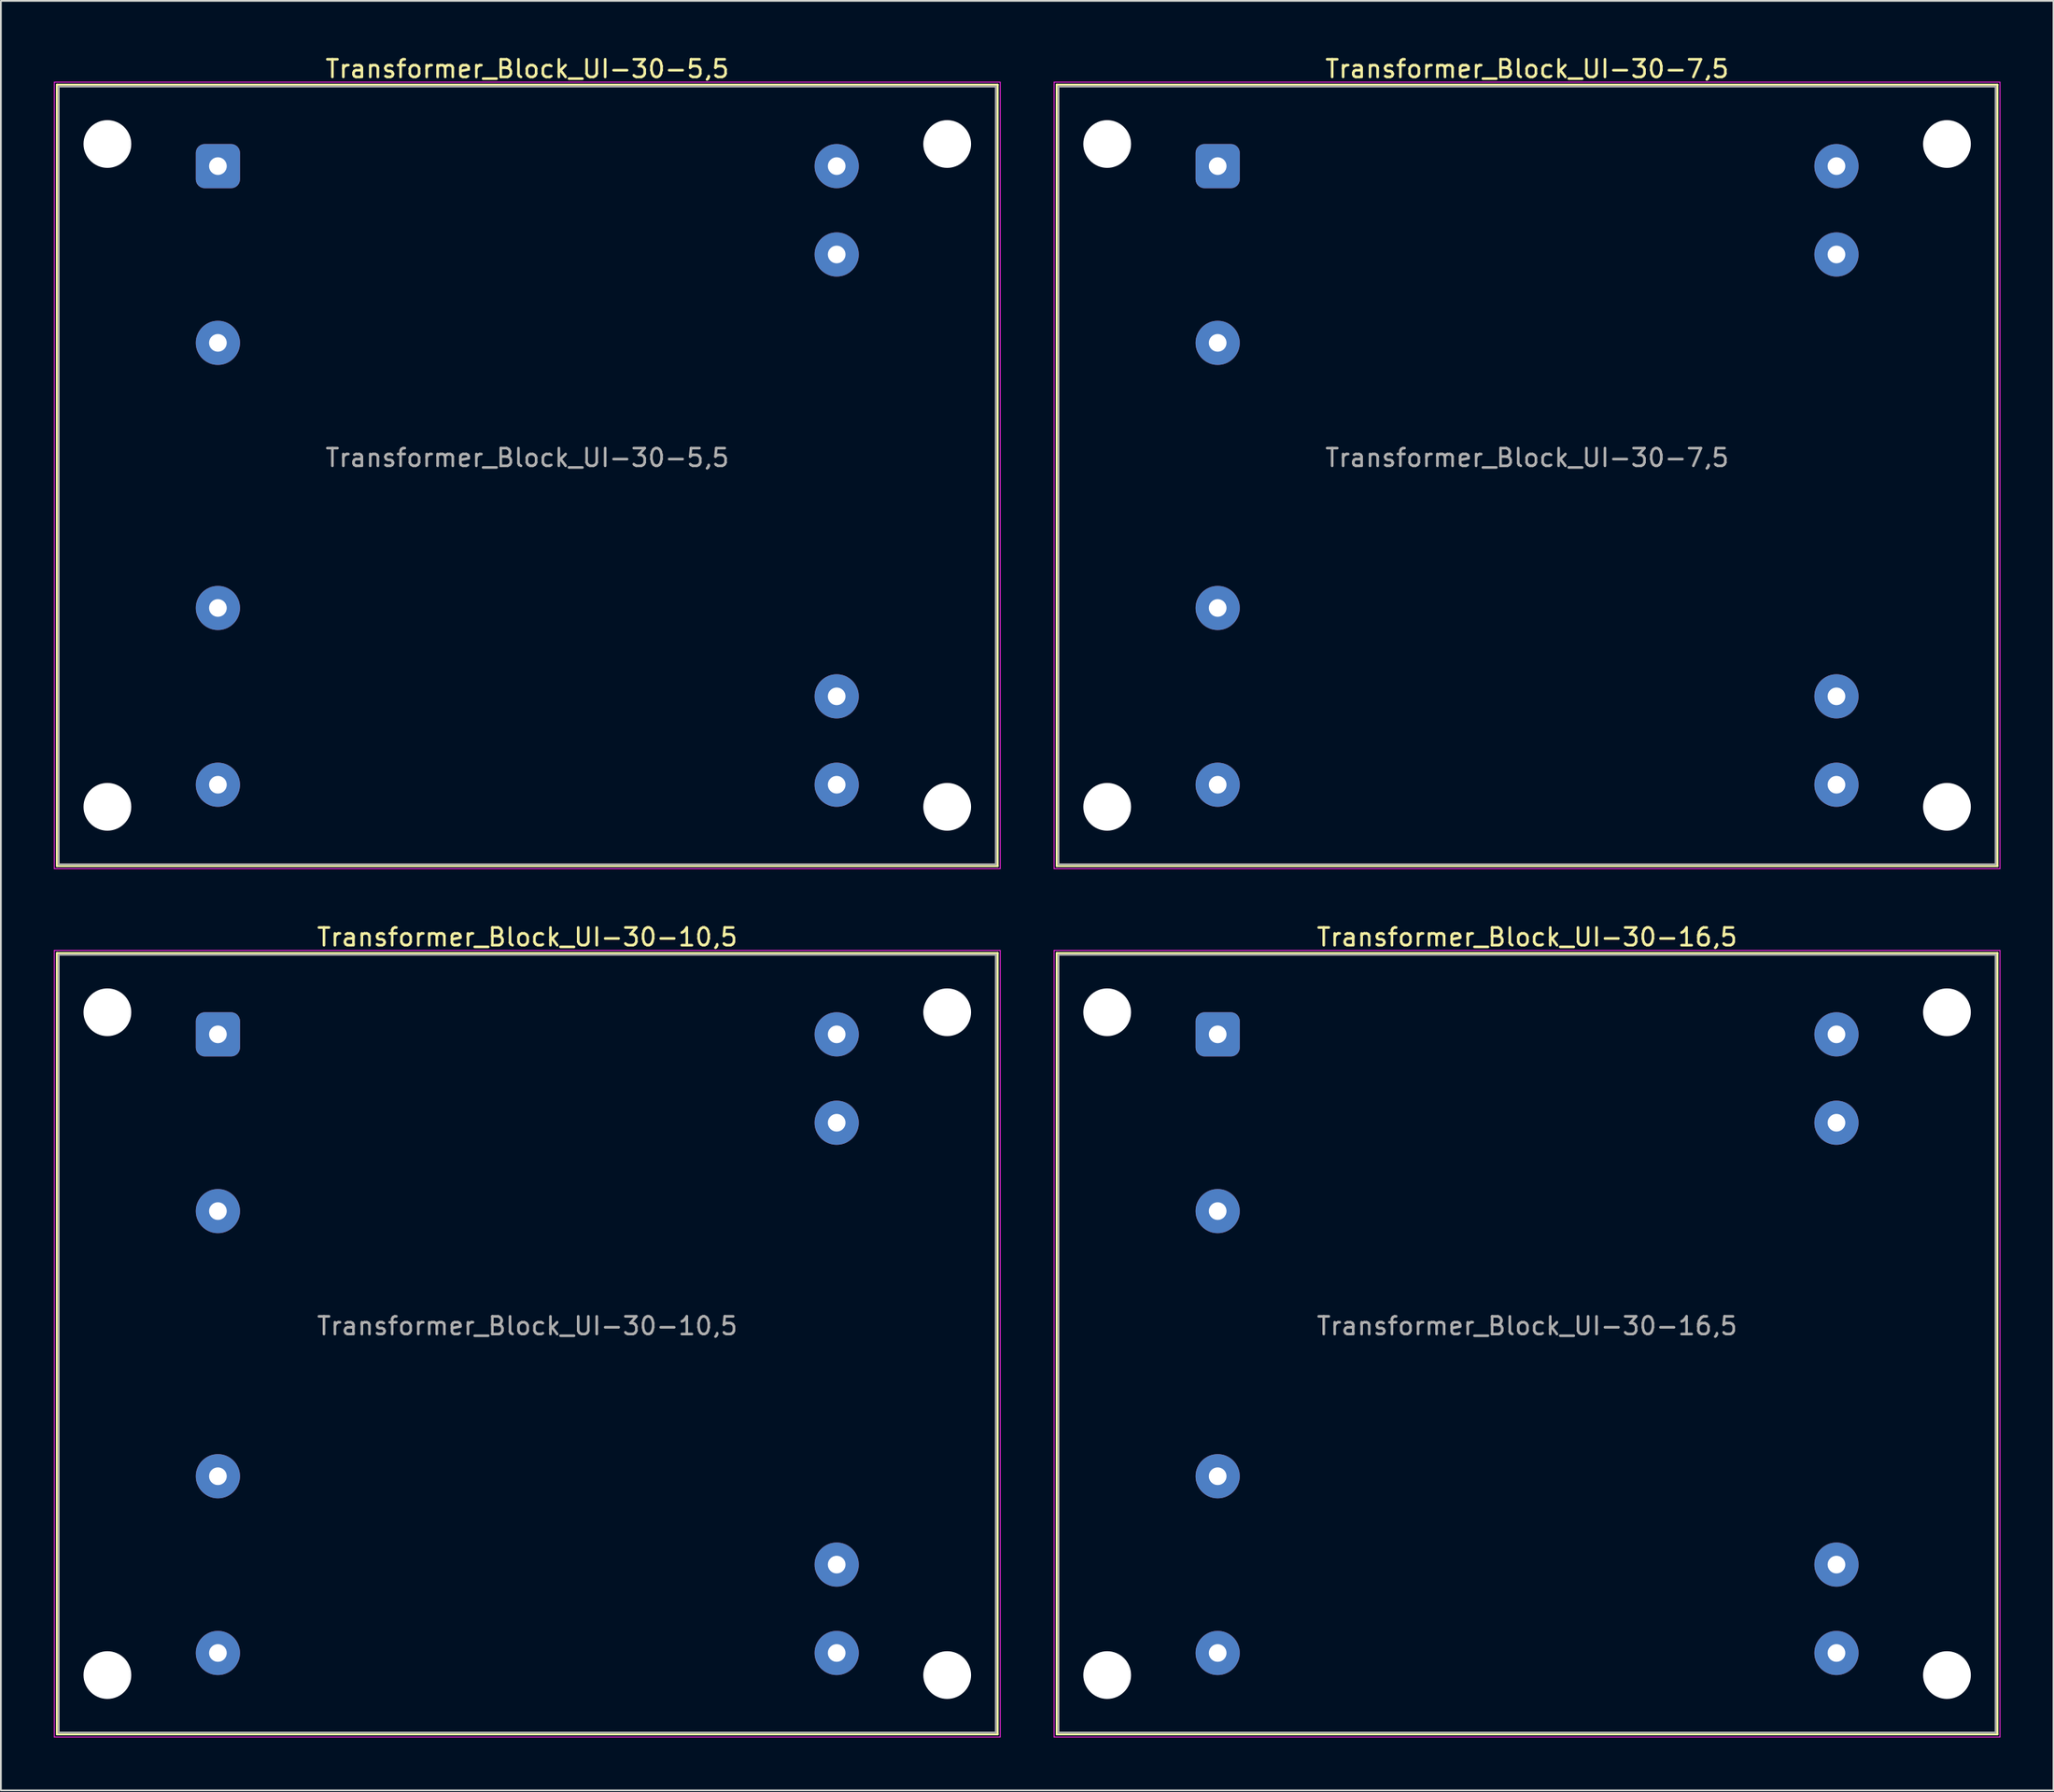
<source format=kicad_pcb>
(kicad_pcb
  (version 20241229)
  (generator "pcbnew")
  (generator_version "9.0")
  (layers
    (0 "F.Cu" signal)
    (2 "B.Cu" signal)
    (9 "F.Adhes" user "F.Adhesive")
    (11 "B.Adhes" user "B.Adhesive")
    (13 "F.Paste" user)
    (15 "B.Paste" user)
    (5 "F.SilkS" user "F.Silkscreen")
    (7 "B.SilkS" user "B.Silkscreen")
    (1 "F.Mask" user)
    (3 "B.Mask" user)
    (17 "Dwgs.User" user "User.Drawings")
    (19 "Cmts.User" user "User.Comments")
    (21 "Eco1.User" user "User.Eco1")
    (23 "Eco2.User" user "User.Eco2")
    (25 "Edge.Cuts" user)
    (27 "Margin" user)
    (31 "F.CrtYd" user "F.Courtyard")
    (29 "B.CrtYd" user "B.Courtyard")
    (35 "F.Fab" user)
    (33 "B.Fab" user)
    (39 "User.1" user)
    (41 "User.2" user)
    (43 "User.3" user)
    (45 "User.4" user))
  (footprint "Transformer_Block_UI-30-10,5"
    (layer "F.Cu")
    (at 9.275 55.471)
    (property "Reference" "Transformer_Block_UI-30-10,5" (at 17.5 -5.5 0) (layer "F.SilkS") (effects (font (size 1 1) (thickness 0.15))))
    (attr through_hole)
    (fp_line (start -9.1 -4.6) (end -9.1 39.6) (stroke (width 0.12) (type solid)) (layer "F.SilkS"))
    (fp_line (start -9.1 39.6) (end 44.1 39.6) (stroke (width 0.12) (type solid)) (layer "F.SilkS"))
    (fp_line (start 44.1 -4.6) (end -9.1 -4.6) (stroke (width 0.12) (type solid)) (layer "F.SilkS"))
    (fp_line (start 44.1 39.6) (end 44.1 -4.6) (stroke (width 0.12) (type solid)) (layer "F.SilkS"))
    (fp_line (start -9.25 -4.75) (end -9.25 39.75) (stroke (width 0.05) (type solid)) (layer "F.CrtYd"))
    (fp_line (start -9.25 39.75) (end 44.25 39.75) (stroke (width 0.05) (type solid)) (layer "F.CrtYd"))
    (fp_line (start 44.25 -4.75) (end -9.25 -4.75) (stroke (width 0.05) (type solid)) (layer "F.CrtYd"))
    (fp_line (start 44.25 39.75) (end 44.25 -4.75) (stroke (width 0.05) (type solid)) (layer "F.CrtYd"))
    (fp_line (start -9 -4.5) (end -9 39.5) (stroke (width 0.1) (type solid)) (layer "F.Fab"))
    (fp_line (start -9 39.5) (end 44 39.5) (stroke (width 0.1) (type solid)) (layer "F.Fab"))
    (fp_line (start 44 -4.5) (end -9 -4.5) (stroke (width 0.1) (type solid)) (layer "F.Fab"))
    (fp_line (start 44 39.5) (end 44 -4.5) (stroke (width 0.1) (type solid)) (layer "F.Fab"))
    (fp_text user "${REFERENCE}" (at 17.5 16.5 0) (layer "F.Fab") (effects (font (size 1 1) (thickness 0.15))))
    (pad "" np_thru_hole circle (at -6.25 -1.25) (size 2.7 2.7) (drill 2.7) (layers "*.Cu" "*.Mask"))
    (pad "" np_thru_hole circle (at -6.25 36.25) (size 2.7 2.7) (drill 2.7) (layers "*.Cu" "*.Mask"))
    (pad "" np_thru_hole circle (at 41.25 -1.25) (size 2.7 2.7) (drill 2.7) (layers "*.Cu" "*.Mask"))
    (pad "" np_thru_hole circle (at 41.25 36.25) (size 2.7 2.7) (drill 2.7) (layers "*.Cu" "*.Mask"))
    (pad "1" thru_hole roundrect (at 0 0) (size 2.5 2.5) (drill 1) (layers "*.Cu" "*.Mask") (roundrect_rratio 0.2))
    (pad "2" thru_hole circle (at 0 10) (size 2.5 2.5) (drill 1) (layers "*.Cu" "*.Mask"))
    (pad "3" thru_hole circle (at 0 25) (size 2.5 2.5) (drill 1) (layers "*.Cu" "*.Mask"))
    (pad "4" thru_hole circle (at 0 35) (size 2.5 2.5) (drill 1) (layers "*.Cu" "*.Mask"))
    (pad "5" thru_hole circle (at 35 35) (size 2.5 2.5) (drill 1) (layers "*.Cu" "*.Mask"))
    (pad "6" thru_hole circle (at 35 30) (size 2.5 2.5) (drill 1) (layers "*.Cu" "*.Mask"))
    (pad "7" thru_hole circle (at 35 5) (size 2.5 2.5) (drill 1) (layers "*.Cu" "*.Mask"))
    (pad "8" thru_hole circle (at 35 0) (size 2.5 2.5) (drill 1) (layers "*.Cu" "*.Mask")))
  (footprint "Transformer_Block_UI-30-16,5"
    (layer "F.Cu")
    (at 65.825 55.471)
    (property "Reference" "Transformer_Block_UI-30-16,5" (at 17.5 -5.5 0) (layer "F.SilkS") (effects (font (size 1 1) (thickness 0.15))))
    (attr through_hole)
    (fp_line (start -9.1 -4.6) (end -9.1 39.6) (stroke (width 0.12) (type solid)) (layer "F.SilkS"))
    (fp_line (start -9.1 39.6) (end 44.1 39.6) (stroke (width 0.12) (type solid)) (layer "F.SilkS"))
    (fp_line (start 44.1 -4.6) (end -9.1 -4.6) (stroke (width 0.12) (type solid)) (layer "F.SilkS"))
    (fp_line (start 44.1 39.6) (end 44.1 -4.6) (stroke (width 0.12) (type solid)) (layer "F.SilkS"))
    (fp_line (start -9.25 -4.75) (end -9.25 39.75) (stroke (width 0.05) (type solid)) (layer "F.CrtYd"))
    (fp_line (start -9.25 39.75) (end 44.25 39.75) (stroke (width 0.05) (type solid)) (layer "F.CrtYd"))
    (fp_line (start 44.25 -4.75) (end -9.25 -4.75) (stroke (width 0.05) (type solid)) (layer "F.CrtYd"))
    (fp_line (start 44.25 39.75) (end 44.25 -4.75) (stroke (width 0.05) (type solid)) (layer "F.CrtYd"))
    (fp_line (start -9 -4.5) (end -9 39.5) (stroke (width 0.1) (type solid)) (layer "F.Fab"))
    (fp_line (start -9 39.5) (end 44 39.5) (stroke (width 0.1) (type solid)) (layer "F.Fab"))
    (fp_line (start 44 -4.5) (end -9 -4.5) (stroke (width 0.1) (type solid)) (layer "F.Fab"))
    (fp_line (start 44 39.5) (end 44 -4.5) (stroke (width 0.1) (type solid)) (layer "F.Fab"))
    (fp_text user "${REFERENCE}" (at 17.5 16.5 0) (layer "F.Fab") (effects (font (size 1 1) (thickness 0.15))))
    (pad "" np_thru_hole circle (at -6.25 -1.25) (size 2.7 2.7) (drill 2.7) (layers "*.Cu" "*.Mask"))
    (pad "" np_thru_hole circle (at -6.25 36.25) (size 2.7 2.7) (drill 2.7) (layers "*.Cu" "*.Mask"))
    (pad "" np_thru_hole circle (at 41.25 -1.25) (size 2.7 2.7) (drill 2.7) (layers "*.Cu" "*.Mask"))
    (pad "" np_thru_hole circle (at 41.25 36.25) (size 2.7 2.7) (drill 2.7) (layers "*.Cu" "*.Mask"))
    (pad "1" thru_hole roundrect (at 0 0) (size 2.5 2.5) (drill 1) (layers "*.Cu" "*.Mask") (roundrect_rratio 0.2))
    (pad "2" thru_hole circle (at 0 10) (size 2.5 2.5) (drill 1) (layers "*.Cu" "*.Mask"))
    (pad "3" thru_hole circle (at 0 25) (size 2.5 2.5) (drill 1) (layers "*.Cu" "*.Mask"))
    (pad "4" thru_hole circle (at 0 35) (size 2.5 2.5) (drill 1) (layers "*.Cu" "*.Mask"))
    (pad "5" thru_hole circle (at 35 35) (size 2.5 2.5) (drill 1) (layers "*.Cu" "*.Mask"))
    (pad "6" thru_hole circle (at 35 30) (size 2.5 2.5) (drill 1) (layers "*.Cu" "*.Mask"))
    (pad "7" thru_hole circle (at 35 5) (size 2.5 2.5) (drill 1) (layers "*.Cu" "*.Mask"))
    (pad "8" thru_hole circle (at 35 0) (size 2.5 2.5) (drill 1) (layers "*.Cu" "*.Mask")))
  (footprint "Transformer_Block_UI-30-5,5"
    (layer "F.Cu")
    (at 9.275 6.348)
    (property "Reference" "Transformer_Block_UI-30-5,5" (at 17.5 -5.5 0) (layer "F.SilkS") (effects (font (size 1 1) (thickness 0.15))))
    (attr through_hole)
    (fp_line (start -9.1 -4.6) (end -9.1 39.6) (stroke (width 0.12) (type solid)) (layer "F.SilkS"))
    (fp_line (start -9.1 39.6) (end 44.1 39.6) (stroke (width 0.12) (type solid)) (layer "F.SilkS"))
    (fp_line (start 44.1 -4.6) (end -9.1 -4.6) (stroke (width 0.12) (type solid)) (layer "F.SilkS"))
    (fp_line (start 44.1 39.6) (end 44.1 -4.6) (stroke (width 0.12) (type solid)) (layer "F.SilkS"))
    (fp_line (start -9.25 -4.75) (end -9.25 39.75) (stroke (width 0.05) (type solid)) (layer "F.CrtYd"))
    (fp_line (start -9.25 39.75) (end 44.25 39.75) (stroke (width 0.05) (type solid)) (layer "F.CrtYd"))
    (fp_line (start 44.25 -4.75) (end -9.25 -4.75) (stroke (width 0.05) (type solid)) (layer "F.CrtYd"))
    (fp_line (start 44.25 39.75) (end 44.25 -4.75) (stroke (width 0.05) (type solid)) (layer "F.CrtYd"))
    (fp_line (start -9 -4.5) (end -9 39.5) (stroke (width 0.1) (type solid)) (layer "F.Fab"))
    (fp_line (start -9 39.5) (end 44 39.5) (stroke (width 0.1) (type solid)) (layer "F.Fab"))
    (fp_line (start 44 -4.5) (end -9 -4.5) (stroke (width 0.1) (type solid)) (layer "F.Fab"))
    (fp_line (start 44 39.5) (end 44 -4.5) (stroke (width 0.1) (type solid)) (layer "F.Fab"))
    (fp_text user "${REFERENCE}" (at 17.5 16.5 0) (layer "F.Fab") (effects (font (size 1 1) (thickness 0.15))))
    (pad "" np_thru_hole circle (at -6.25 -1.25) (size 2.7 2.7) (drill 2.7) (layers "*.Cu" "*.Mask"))
    (pad "" np_thru_hole circle (at -6.25 36.25) (size 2.7 2.7) (drill 2.7) (layers "*.Cu" "*.Mask"))
    (pad "" np_thru_hole circle (at 41.25 -1.25) (size 2.7 2.7) (drill 2.7) (layers "*.Cu" "*.Mask"))
    (pad "" np_thru_hole circle (at 41.25 36.25) (size 2.7 2.7) (drill 2.7) (layers "*.Cu" "*.Mask"))
    (pad "1" thru_hole roundrect (at 0 0) (size 2.5 2.5) (drill 1) (layers "*.Cu" "*.Mask") (roundrect_rratio 0.2))
    (pad "2" thru_hole circle (at 0 10) (size 2.5 2.5) (drill 1) (layers "*.Cu" "*.Mask"))
    (pad "3" thru_hole circle (at 0 25) (size 2.5 2.5) (drill 1) (layers "*.Cu" "*.Mask"))
    (pad "4" thru_hole circle (at 0 35) (size 2.5 2.5) (drill 1) (layers "*.Cu" "*.Mask"))
    (pad "5" thru_hole circle (at 35 35) (size 2.5 2.5) (drill 1) (layers "*.Cu" "*.Mask"))
    (pad "6" thru_hole circle (at 35 30) (size 2.5 2.5) (drill 1) (layers "*.Cu" "*.Mask"))
    (pad "7" thru_hole circle (at 35 5) (size 2.5 2.5) (drill 1) (layers "*.Cu" "*.Mask"))
    (pad "8" thru_hole circle (at 35 0) (size 2.5 2.5) (drill 1) (layers "*.Cu" "*.Mask")))
  (footprint "Transformer_Block_UI-30-7,5"
    (layer "F.Cu")
    (at 65.825 6.348)
    (property "Reference" "Transformer_Block_UI-30-7,5" (at 17.5 -5.5 0) (layer "F.SilkS") (effects (font (size 1 1) (thickness 0.15))))
    (attr through_hole)
    (fp_line (start -9.1 -4.6) (end -9.1 39.6) (stroke (width 0.12) (type solid)) (layer "F.SilkS"))
    (fp_line (start -9.1 39.6) (end 44.1 39.6) (stroke (width 0.12) (type solid)) (layer "F.SilkS"))
    (fp_line (start 44.1 -4.6) (end -9.1 -4.6) (stroke (width 0.12) (type solid)) (layer "F.SilkS"))
    (fp_line (start 44.1 39.6) (end 44.1 -4.6) (stroke (width 0.12) (type solid)) (layer "F.SilkS"))
    (fp_line (start -9.25 -4.75) (end -9.25 39.75) (stroke (width 0.05) (type solid)) (layer "F.CrtYd"))
    (fp_line (start -9.25 39.75) (end 44.25 39.75) (stroke (width 0.05) (type solid)) (layer "F.CrtYd"))
    (fp_line (start 44.25 -4.75) (end -9.25 -4.75) (stroke (width 0.05) (type solid)) (layer "F.CrtYd"))
    (fp_line (start 44.25 39.75) (end 44.25 -4.75) (stroke (width 0.05) (type solid)) (layer "F.CrtYd"))
    (fp_line (start -9 -4.5) (end -9 39.5) (stroke (width 0.1) (type solid)) (layer "F.Fab"))
    (fp_line (start -9 39.5) (end 44 39.5) (stroke (width 0.1) (type solid)) (layer "F.Fab"))
    (fp_line (start 44 -4.5) (end -9 -4.5) (stroke (width 0.1) (type solid)) (layer "F.Fab"))
    (fp_line (start 44 39.5) (end 44 -4.5) (stroke (width 0.1) (type solid)) (layer "F.Fab"))
    (fp_text user "${REFERENCE}" (at 17.5 16.5 0) (layer "F.Fab") (effects (font (size 1 1) (thickness 0.15))))
    (pad "" np_thru_hole circle (at -6.25 -1.25) (size 2.7 2.7) (drill 2.7) (layers "*.Cu" "*.Mask"))
    (pad "" np_thru_hole circle (at -6.25 36.25) (size 2.7 2.7) (drill 2.7) (layers "*.Cu" "*.Mask"))
    (pad "" np_thru_hole circle (at 41.25 -1.25) (size 2.7 2.7) (drill 2.7) (layers "*.Cu" "*.Mask"))
    (pad "" np_thru_hole circle (at 41.25 36.25) (size 2.7 2.7) (drill 2.7) (layers "*.Cu" "*.Mask"))
    (pad "1" thru_hole roundrect (at 0 0) (size 2.5 2.5) (drill 1) (layers "*.Cu" "*.Mask") (roundrect_rratio 0.2))
    (pad "2" thru_hole circle (at 0 10) (size 2.5 2.5) (drill 1) (layers "*.Cu" "*.Mask"))
    (pad "3" thru_hole circle (at 0 25) (size 2.5 2.5) (drill 1) (layers "*.Cu" "*.Mask"))
    (pad "4" thru_hole circle (at 0 35) (size 2.5 2.5) (drill 1) (layers "*.Cu" "*.Mask"))
    (pad "5" thru_hole circle (at 35 35) (size 2.5 2.5) (drill 1) (layers "*.Cu" "*.Mask"))
    (pad "6" thru_hole circle (at 35 30) (size 2.5 2.5) (drill 1) (layers "*.Cu" "*.Mask"))
    (pad "7" thru_hole circle (at 35 5) (size 2.5 2.5) (drill 1) (layers "*.Cu" "*.Mask"))
    (pad "8" thru_hole circle (at 35 0) (size 2.5 2.5) (drill 1) (layers "*.Cu" "*.Mask")))
  (gr_rect
    (start -3 -3)
    (end 113.1 98.246)
    (stroke (width 0.1) (type default))
    (fill no)
    (layer "Edge.Cuts")))
</source>
